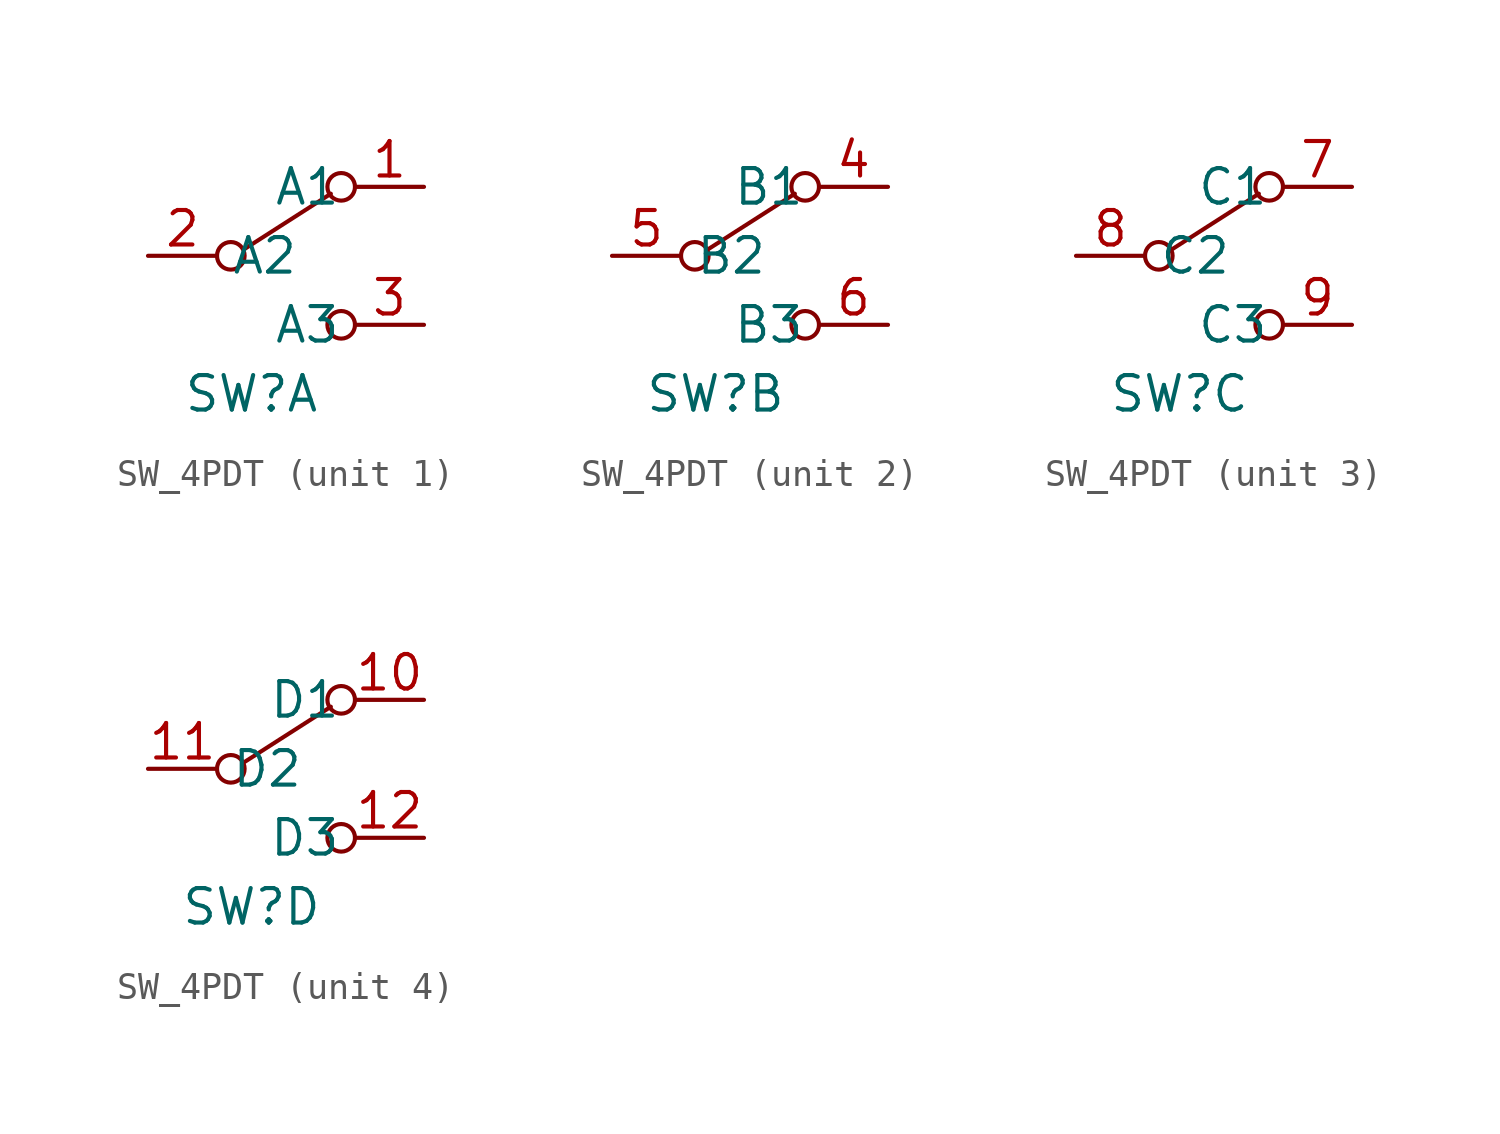
<source format=kicad_sym>
(kicad_symbol_lib
  (version 20220914)
  (generator kicad_symbol_editor)
  (symbol "SW_4PDT"
    (property "Reference" "SW"
      (at 0 -2.54 0)
      (effects (font (size 1.27 1.27))))
    (property "Value" ""
      (at 0 0 0)
      (effects (font (size 1.27 1.27))))
    (symbol "SW_4PDT_0_0"
      (circle (center -0.762 2.54) (radius 0.508) (stroke (width 0) (type default)) (fill (type none)))
      (circle (center 3.302 0) (radius 0.508) (stroke (width 0) (type default)) (fill (type none))))
    (symbol "SW_4PDT_0_1"
      (polyline (pts (xy -0.254 2.794) (xy 2.921 4.826)) (stroke (width 0) (type default)) (fill (type none)))
      (circle (center 3.302 5.08) (radius 0.508) (stroke (width 0) (type default)) (fill (type none))))
    (symbol "SW_4PDT_1_1"
      (pin passive line (at 6.35 5.08 180) (length 2.54) (name "A1" (effects (font (size 1.27 1.27)))) (number "1" (effects (font (size 1.27 1.27)))))
      (pin passive line (at -3.81 2.54 0) (length 2.54) (name "A2" (effects (font (size 1.27 1.27)))) (number "2" (effects (font (size 1.27 1.27)))))
      (pin passive line (at 6.35 0 180) (length 2.54) (name "A3" (effects (font (size 1.27 1.27)))) (number "3" (effects (font (size 1.27 1.27))))))
    (symbol "SW_4PDT_2_0"
      (pin passive line (at 6.35 5.08 180) (length 2.54) (name "B1" (effects (font (size 1.27 1.27)))) (number "4" (effects (font (size 1.27 1.27)))))
      (pin passive line (at -3.81 2.54 0) (length 2.54) (name "B2" (effects (font (size 1.27 1.27)))) (number "5" (effects (font (size 1.27 1.27)))))
      (pin passive line (at 6.35 0 180) (length 2.54) (name "B3" (effects (font (size 1.27 1.27)))) (number "6" (effects (font (size 1.27 1.27))))))
    (symbol "SW_4PDT_3_0"
      (pin passive line (at 6.35 5.08 180) (length 2.54) (name "C1" (effects (font (size 1.27 1.27)))) (number "7" (effects (font (size 1.27 1.27)))))
      (pin passive line (at -3.81 2.54 0) (length 2.54) (name "C2" (effects (font (size 1.27 1.27)))) (number "8" (effects (font (size 1.27 1.27)))))
      (pin passive line (at 6.35 0 180) (length 2.54) (name "C3" (effects (font (size 1.27 1.27)))) (number "9" (effects (font (size 1.27 1.27))))))
    (symbol "SW_4PDT_4_0"
      (pin passive line (at 6.35 5.08 180) (length 2.54) (name "D1" (effects (font (size 1.27 1.27)))) (number "10" (effects (font (size 1.27 1.27)))))
      (pin passive line (at -3.81 2.54 0) (length 2.54) (name "D2" (effects (font (size 1.27 1.27)))) (number "11" (effects (font (size 1.27 1.27)))))
      (pin passive line (at 6.35 0 180) (length 2.54) (name "D3" (effects (font (size 1.27 1.27)))) (number "12" (effects (font (size 1.27 1.27))))))))
</source>
